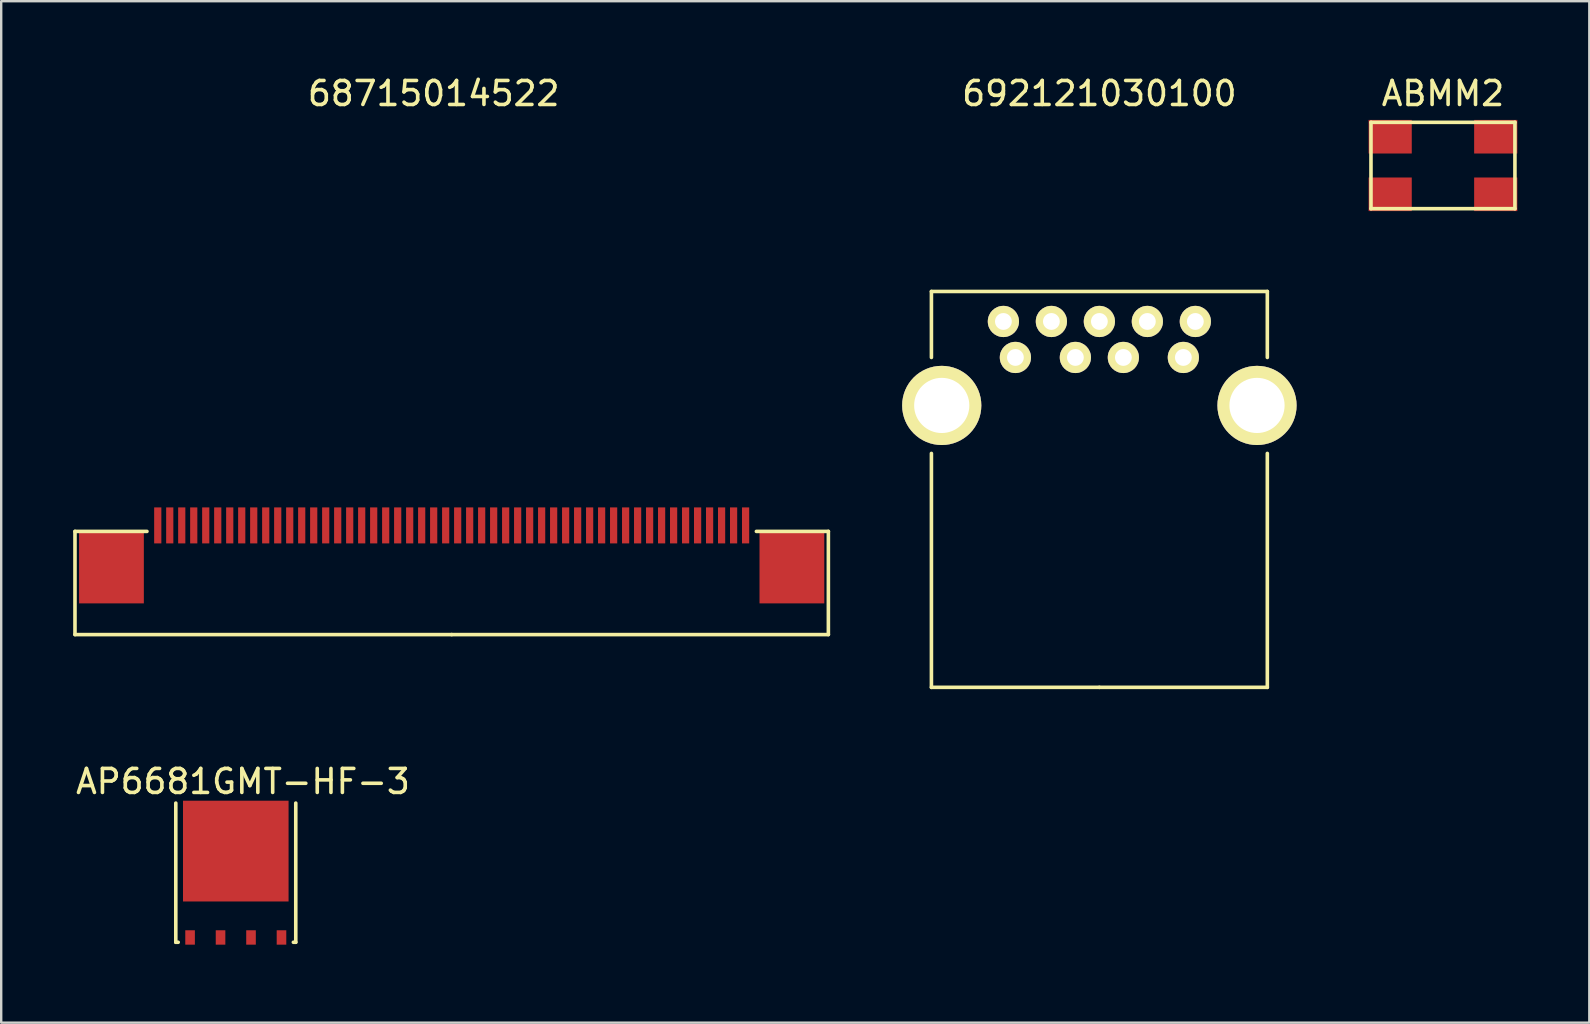
<source format=kicad_pcb>
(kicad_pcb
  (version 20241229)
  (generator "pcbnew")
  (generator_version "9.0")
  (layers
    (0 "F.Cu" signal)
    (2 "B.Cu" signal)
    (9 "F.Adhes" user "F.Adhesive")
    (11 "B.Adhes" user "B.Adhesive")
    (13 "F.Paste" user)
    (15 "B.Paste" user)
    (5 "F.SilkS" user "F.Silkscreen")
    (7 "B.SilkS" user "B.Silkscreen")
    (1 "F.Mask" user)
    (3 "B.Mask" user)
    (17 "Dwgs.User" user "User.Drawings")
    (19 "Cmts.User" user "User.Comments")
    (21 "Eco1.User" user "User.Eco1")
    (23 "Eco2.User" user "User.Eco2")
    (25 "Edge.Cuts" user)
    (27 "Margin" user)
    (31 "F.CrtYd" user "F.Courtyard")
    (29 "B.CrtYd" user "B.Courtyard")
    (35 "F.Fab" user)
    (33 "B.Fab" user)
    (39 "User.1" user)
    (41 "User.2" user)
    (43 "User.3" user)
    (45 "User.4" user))
  (footprint "692121030100"
    (layer "F.Cu")
    (at 42.77 13.848)
    (property "Reference" "692121030100" (at 0 -13 0) (layer "F.SilkS") (effects (font (size 1 1) (thickness 0.15))))
    (attr through_hole)
    (fp_line (start -7 -4.75) (end 7 -4.75) (stroke (width 0.15) (type solid)) (layer "F.SilkS"))
    (fp_line (start -7 -2) (end -7 -4.75) (stroke (width 0.15) (type solid)) (layer "F.SilkS"))
    (fp_line (start -7 11.75) (end -7 2) (stroke (width 0.15) (type solid)) (layer "F.SilkS"))
    (fp_line (start 0 11.75) (end -7 11.75) (stroke (width 0.15) (type solid)) (layer "F.SilkS"))
    (fp_line (start 0 11.75) (end 7 11.75) (stroke (width 0.15) (type solid)) (layer "F.SilkS"))
    (fp_line (start 7 -4.75) (end 7 -2) (stroke (width 0.15) (type solid)) (layer "F.SilkS"))
    (fp_line (start 7 11.75) (end 7 2) (stroke (width 0.15) (type solid)) (layer "F.SilkS"))
    (pad "1" thru_hole circle (at -3.5 -2) (size 1.3 1.3) (drill 0.7) (layers "*.Cu" "*.Mask" "F.SilkS"))
    (pad "2" thru_hole circle (at -1 -2) (size 1.3 1.3) (drill 0.7) (layers "*.Cu" "*.Mask" "F.SilkS"))
    (pad "3" thru_hole circle (at 1 -2) (size 1.3 1.3) (drill 0.7) (layers "*.Cu" "*.Mask" "F.SilkS"))
    (pad "4" thru_hole circle (at 3.5 -2) (size 1.3 1.3) (drill 0.7) (layers "*.Cu" "*.Mask" "F.SilkS"))
    (pad "5" thru_hole circle (at 4 -3.5) (size 1.3 1.3) (drill 0.7) (layers "*.Cu" "*.Mask" "F.SilkS"))
    (pad "6" thru_hole circle (at 2 -3.5) (size 1.3 1.3) (drill 0.7) (layers "*.Cu" "*.Mask" "F.SilkS"))
    (pad "7" thru_hole circle (at 0 -3.5) (size 1.3 1.3) (drill 0.7) (layers "*.Cu" "*.Mask" "F.SilkS"))
    (pad "8" thru_hole circle (at -2 -3.5) (size 1.3 1.3) (drill 0.7) (layers "*.Cu" "*.Mask" "F.SilkS"))
    (pad "9" thru_hole circle (at -4 -3.5) (size 1.3 1.3) (drill 0.7) (layers "*.Cu" "*.Mask" "F.SilkS"))
    (pad "10" thru_hole circle (at 6.57 0) (size 3.3 3.3) (drill 2.3) (layers "*.Cu" "*.Mask" "F.SilkS"))
    (pad "11" thru_hole circle (at -6.57 0) (size 3.3 3.3) (drill 2.3) (layers "*.Cu" "*.Mask" "F.SilkS")))
  (footprint "68715014522"
    (layer "F.Cu")
    (at 15.775 19.098)
    (property "Reference" "68715014522" (at -0.75 -18.25 0) (layer "F.SilkS") (effects (font (size 1 1) (thickness 0.15))))
    (attr through_hole)
    (fp_line (start -15.7 0) (end -12.7 0) (stroke (width 0.15) (type solid)) (layer "F.SilkS"))
    (fp_line (start -15.7 4.3) (end -15.7 0) (stroke (width 0.15) (type solid)) (layer "F.SilkS"))
    (fp_line (start -15.7 4.3) (end 0 4.3) (stroke (width 0.15) (type solid)) (layer "F.SilkS"))
    (fp_line (start 0 4.3) (end 15.7 4.3) (stroke (width 0.15) (type solid)) (layer "F.SilkS"))
    (fp_line (start 15.7 0) (end 12.7 0) (stroke (width 0.15) (type solid)) (layer "F.SilkS"))
    (fp_line (start 15.7 4.3) (end 15.7 0) (stroke (width 0.15) (type solid)) (layer "F.SilkS"))
    (pad "1" smd rect (at -11.75 -0.25) (size 0.3 1.5) (layers "F.Cu" "F.Mask" "F.Paste"))
    (pad "2" smd rect (at -12.25 -0.25) (size 0.3 1.5) (layers "F.Cu" "F.Mask" "F.Paste"))
    (pad "3" smd rect (at -11.25 -0.25) (size 0.3 1.5) (layers "F.Cu" "F.Mask" "F.Paste"))
    (pad "4" smd rect (at -10.75 -0.25) (size 0.3 1.5) (layers "F.Cu" "F.Mask" "F.Paste"))
    (pad "5" smd rect (at -10.25 -0.25) (size 0.3 1.5) (layers "F.Cu" "F.Mask" "F.Paste"))
    (pad "6" smd rect (at -9.75 -0.25) (size 0.3 1.5) (layers "F.Cu" "F.Mask" "F.Paste"))
    (pad "7" smd rect (at -9.25 -0.25) (size 0.3 1.5) (layers "F.Cu" "F.Mask" "F.Paste"))
    (pad "8" smd rect (at -8.75 -0.25) (size 0.3 1.5) (layers "F.Cu" "F.Mask" "F.Paste"))
    (pad "9" smd rect (at -8.25 -0.25) (size 0.3 1.5) (layers "F.Cu" "F.Mask" "F.Paste"))
    (pad "10" smd rect (at -7.75 -0.25) (size 0.3 1.5) (layers "F.Cu" "F.Mask" "F.Paste"))
    (pad "11" smd rect (at -7.25 -0.25) (size 0.3 1.5) (layers "F.Cu" "F.Mask" "F.Paste"))
    (pad "12" smd rect (at -6.75 -0.25) (size 0.3 1.5) (layers "F.Cu" "F.Mask" "F.Paste"))
    (pad "13" smd rect (at -6.25 -0.25) (size 0.3 1.5) (layers "F.Cu" "F.Mask" "F.Paste"))
    (pad "14" smd rect (at -5.75 -0.25) (size 0.3 1.5) (layers "F.Cu" "F.Mask" "F.Paste"))
    (pad "15" smd rect (at -5.25 -0.25) (size 0.3 1.5) (layers "F.Cu" "F.Mask" "F.Paste"))
    (pad "16" smd rect (at -4.75 -0.25) (size 0.3 1.5) (layers "F.Cu" "F.Mask" "F.Paste"))
    (pad "17" smd rect (at -4.25 -0.25) (size 0.3 1.5) (layers "F.Cu" "F.Mask" "F.Paste"))
    (pad "18" smd rect (at -3.75 -0.25) (size 0.3 1.5) (layers "F.Cu" "F.Mask" "F.Paste"))
    (pad "19" smd rect (at -3.25 -0.25) (size 0.3 1.5) (layers "F.Cu" "F.Mask" "F.Paste"))
    (pad "20" smd rect (at -2.75 -0.25) (size 0.3 1.5) (layers "F.Cu" "F.Mask" "F.Paste"))
    (pad "21" smd rect (at -2.25 -0.25) (size 0.3 1.5) (layers "F.Cu" "F.Mask" "F.Paste"))
    (pad "22" smd rect (at -1.75 -0.25) (size 0.3 1.5) (layers "F.Cu" "F.Mask" "F.Paste"))
    (pad "23" smd rect (at -1.25 -0.25) (size 0.3 1.5) (layers "F.Cu" "F.Mask" "F.Paste"))
    (pad "24" smd rect (at -0.75 -0.25) (size 0.3 1.5) (layers "F.Cu" "F.Mask" "F.Paste"))
    (pad "25" smd rect (at -0.25 -0.25) (size 0.3 1.5) (layers "F.Cu" "F.Mask" "F.Paste"))
    (pad "26" smd rect (at 0.25 -0.25) (size 0.3 1.5) (layers "F.Cu" "F.Mask" "F.Paste"))
    (pad "27" smd rect (at 0.75 -0.25) (size 0.3 1.5) (layers "F.Cu" "F.Mask" "F.Paste"))
    (pad "28" smd rect (at 1.25 -0.25) (size 0.3 1.5) (layers "F.Cu" "F.Mask" "F.Paste"))
    (pad "29" smd rect (at 1.75 -0.25) (size 0.3 1.5) (layers "F.Cu" "F.Mask" "F.Paste"))
    (pad "30" smd rect (at 2.25 -0.25) (size 0.3 1.5) (layers "F.Cu" "F.Mask" "F.Paste"))
    (pad "31" smd rect (at 2.75 -0.25) (size 0.3 1.5) (layers "F.Cu" "F.Mask" "F.Paste"))
    (pad "32" smd rect (at 3.25 -0.25) (size 0.3 1.5) (layers "F.Cu" "F.Mask" "F.Paste"))
    (pad "33" smd rect (at 3.75 -0.25) (size 0.3 1.5) (layers "F.Cu" "F.Mask" "F.Paste"))
    (pad "34" smd rect (at 4.25 -0.25) (size 0.3 1.5) (layers "F.Cu" "F.Mask" "F.Paste"))
    (pad "35" smd rect (at 4.75 -0.25) (size 0.3 1.5) (layers "F.Cu" "F.Mask" "F.Paste"))
    (pad "36" smd rect (at 5.25 -0.25) (size 0.3 1.5) (layers "F.Cu" "F.Mask" "F.Paste"))
    (pad "37" smd rect (at 5.75 -0.25) (size 0.3 1.5) (layers "F.Cu" "F.Mask" "F.Paste"))
    (pad "38" smd rect (at 6.25 -0.25) (size 0.3 1.5) (layers "F.Cu" "F.Mask" "F.Paste"))
    (pad "39" smd rect (at 6.75 -0.25) (size 0.3 1.5) (layers "F.Cu" "F.Mask" "F.Paste"))
    (pad "40" smd rect (at 7.25 -0.25) (size 0.3 1.5) (layers "F.Cu" "F.Mask" "F.Paste"))
    (pad "41" smd rect (at 7.75 -0.25) (size 0.3 1.5) (layers "F.Cu" "F.Mask" "F.Paste"))
    (pad "42" smd rect (at 8.25 -0.25) (size 0.3 1.5) (layers "F.Cu" "F.Mask" "F.Paste"))
    (pad "43" smd rect (at 8.75 -0.25) (size 0.3 1.5) (layers "F.Cu" "F.Mask" "F.Paste"))
    (pad "44" smd rect (at 9.25 -0.25) (size 0.3 1.5) (layers "F.Cu" "F.Mask" "F.Paste"))
    (pad "45" smd rect (at 9.75 -0.25) (size 0.3 1.5) (layers "F.Cu" "F.Mask" "F.Paste"))
    (pad "46" smd rect (at 10.25 -0.25) (size 0.3 1.5) (layers "F.Cu" "F.Mask" "F.Paste"))
    (pad "47" smd rect (at 10.75 -0.25) (size 0.3 1.5) (layers "F.Cu" "F.Mask" "F.Paste"))
    (pad "48" smd rect (at 11.25 -0.25) (size 0.3 1.5) (layers "F.Cu" "F.Mask" "F.Paste"))
    (pad "49" smd rect (at 11.75 -0.25) (size 0.3 1.5) (layers "F.Cu" "F.Mask" "F.Paste"))
    (pad "50" smd rect (at 12.25 -0.25) (size 0.3 1.5) (layers "F.Cu" "F.Mask" "F.Paste"))
    (pad "FN" smd rect (at -14.18 1.5) (size 2.7 3) (layers "F.Cu" "F.Mask" "F.Paste"))
    (pad "FN" smd rect (at 14.18 1.5) (size 2.7 3) (layers "F.Cu" "F.Mask" "F.Paste")))
  (footprint "AP6681GMT-HF-3"
    (layer "F.Cu")
    (at 6.777 36.322)
    (property "Reference" "AP6681GMT-HF-3" (at 0.3 -6.8 0) (layer "F.SilkS") (effects (font (size 1 1) (thickness 0.15))))
    (attr through_hole)
    (fp_line (start -2.5 -5.9) (end -2.5 -0.1) (stroke (width 0.15) (type solid)) (layer "F.SilkS"))
    (fp_line (start -2.5 -0.1) (end -2.4 -0.1) (stroke (width 0.15) (type solid)) (layer "F.SilkS"))
    (fp_line (start 2.5 -0.1) (end 2.4 -0.1) (stroke (width 0.15) (type solid)) (layer "F.SilkS"))
    (fp_line (start 2.5 -0.1) (end 2.5 -5.9) (stroke (width 0.15) (type solid)) (layer "F.SilkS"))
    (pad "1" smd rect (at -1.905 -0.3) (size 0.4 0.6) (layers "F.Cu" "F.Mask" "F.Paste"))
    (pad "2" smd rect (at -0.635 -0.3) (size 0.4 0.6) (layers "F.Cu" "F.Mask" "F.Paste"))
    (pad "3" smd rect (at 0.635 -0.3) (size 0.4 0.6) (layers "F.Cu" "F.Mask" "F.Paste"))
    (pad "4" smd rect (at 1.905 -0.3) (size 0.4 0.6) (layers "F.Cu" "F.Mask" "F.Paste"))
    (pad "5" smd rect (at 0 -3.9) (size 4.4 4.2) (layers "F.Cu" "F.Mask" "F.Paste")))
  (footprint "ABMM2"
    (layer "F.Cu")
    (at 57.09 3.848)
    (property "Reference" "ABMM2" (at 0 -3 0) (layer "F.SilkS") (effects (font (size 1 1) (thickness 0.15))))
    (attr through_hole)
    (fp_line (start -3 -1.8) (end 3 -1.8) (stroke (width 0.15) (type solid)) (layer "F.SilkS"))
    (fp_line (start -3 1.8) (end -3 -1.8) (stroke (width 0.15) (type solid)) (layer "F.SilkS"))
    (fp_line (start 3 -1.8) (end 3 1.8) (stroke (width 0.15) (type solid)) (layer "F.SilkS"))
    (fp_line (start 3 1.8) (end -3 1.8) (stroke (width 0.15) (type solid)) (layer "F.SilkS"))
    (pad "1" smd rect (at -2.2 1.2) (size 1.8 1.4) (layers "F.Cu" "F.Mask" "F.Paste"))
    (pad "2" smd rect (at 2.2 1.2) (size 1.8 1.4) (layers "F.Cu" "F.Mask" "F.Paste"))
    (pad "3" smd rect (at 2.2 -1.2) (size 1.8 1.4) (layers "F.Cu" "F.Mask" "F.Paste"))
    (pad "4" smd rect (at -2.2 -1.2) (size 1.8 1.4) (layers "F.Cu" "F.Mask" "F.Paste")))
  (gr_rect
    (start -3 -3)
    (end 63.19 39.572)
    (stroke (width 0.1) (type default))
    (fill no)
    (layer "Edge.Cuts")))
</source>
